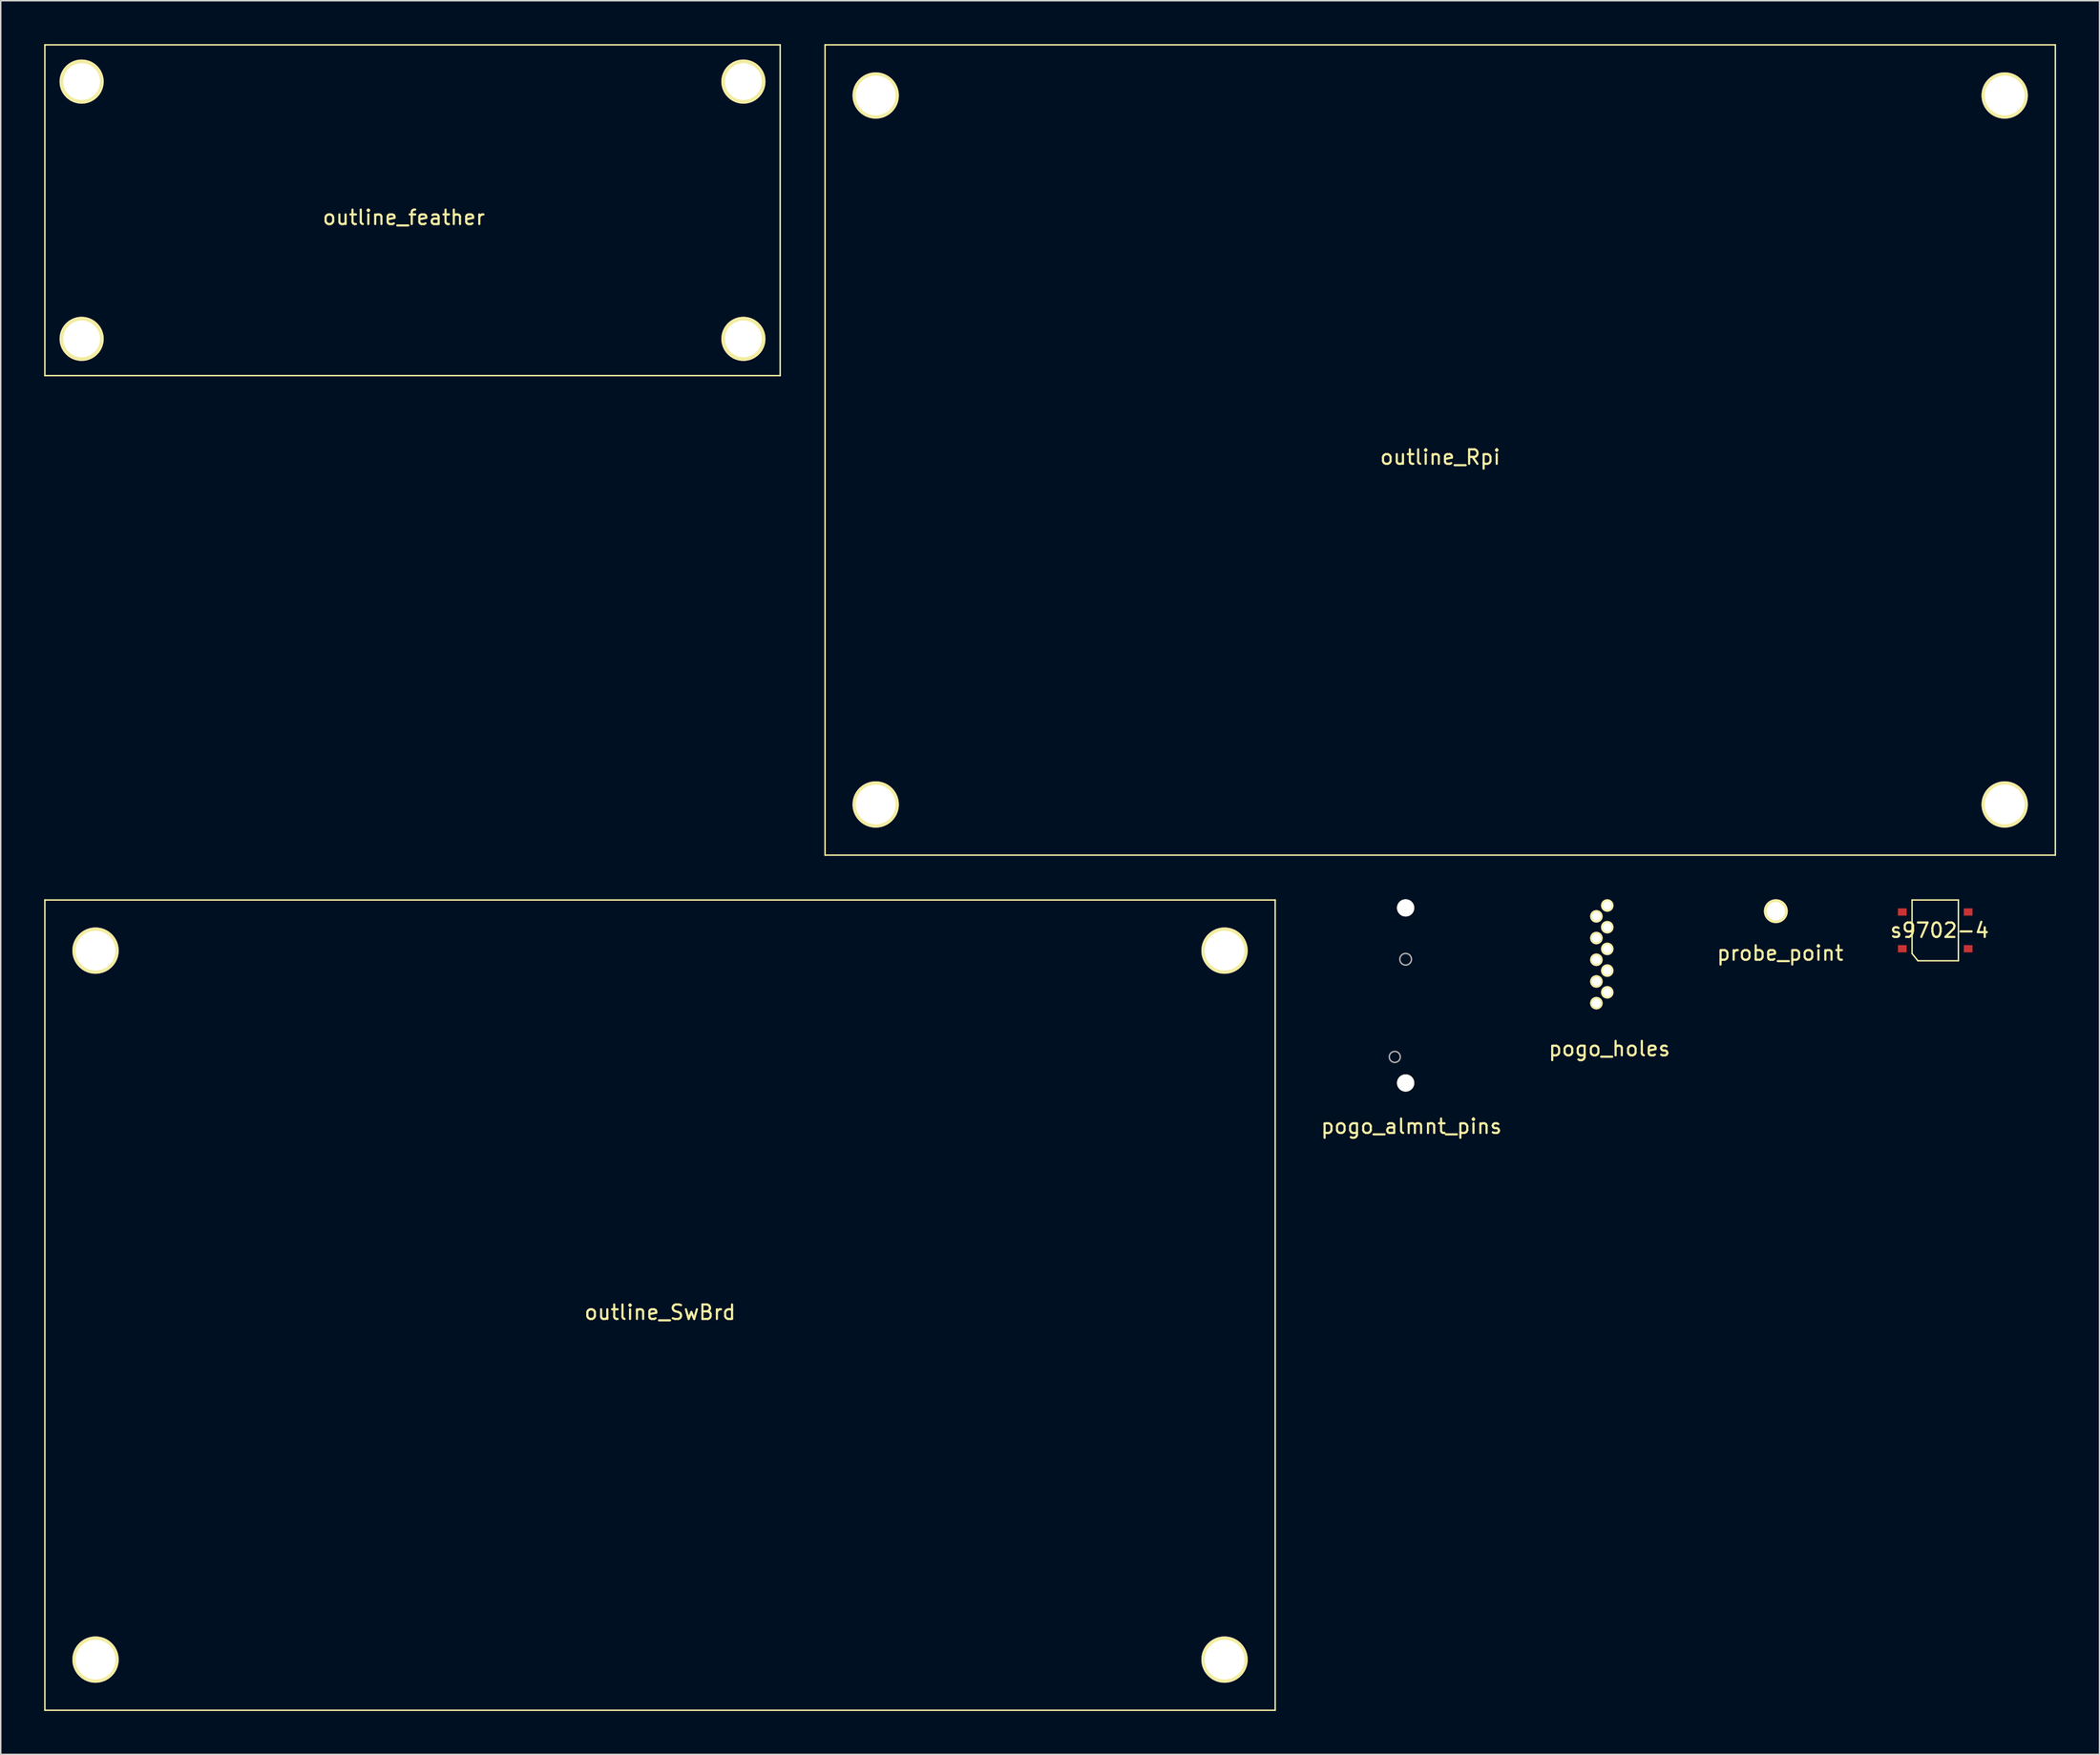
<source format=kicad_pcb>
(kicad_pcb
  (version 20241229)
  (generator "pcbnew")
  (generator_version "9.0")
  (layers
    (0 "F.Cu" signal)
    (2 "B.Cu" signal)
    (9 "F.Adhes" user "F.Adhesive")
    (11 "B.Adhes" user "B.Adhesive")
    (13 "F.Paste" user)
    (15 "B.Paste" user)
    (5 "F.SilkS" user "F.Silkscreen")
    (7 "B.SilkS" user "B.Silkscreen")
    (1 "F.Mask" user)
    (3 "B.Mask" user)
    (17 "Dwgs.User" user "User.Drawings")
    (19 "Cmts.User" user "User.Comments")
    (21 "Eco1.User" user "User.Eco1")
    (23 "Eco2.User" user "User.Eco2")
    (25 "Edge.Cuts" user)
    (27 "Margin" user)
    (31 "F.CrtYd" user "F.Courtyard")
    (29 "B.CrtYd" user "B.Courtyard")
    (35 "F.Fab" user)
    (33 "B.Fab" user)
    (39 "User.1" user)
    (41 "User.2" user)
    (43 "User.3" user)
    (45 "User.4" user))
  (footprint "outline_feather"
    (layer "F.Cu")
    (at 25.45 11.48)
    (property "Reference" "outline_feather" (at -0.6 0.5 0) (layer "F.SilkS") (effects (font (size 1 1) (thickness 0.15))))
    (attr through_hole)
    (fp_line (start -25.4 -11.43) (end 25.4 -11.43) (stroke (width 0.1) (type solid)) (layer "F.SilkS"))
    (fp_line (start -25.4 11.43) (end -25.4 -11.43) (stroke (width 0.1) (type solid)) (layer "F.SilkS"))
    (fp_line (start -22.86 -10.16) (end -22.86 -7.62) (stroke (width 0.1) (type solid)) (layer "F.SilkS"))
    (fp_line (start -22.86 7.62) (end -22.86 10.16) (stroke (width 0.1) (type solid)) (layer "F.SilkS"))
    (fp_line (start -21.59 -8.89) (end -24.13 -8.89) (stroke (width 0.1) (type solid)) (layer "F.SilkS"))
    (fp_line (start -21.59 8.89) (end -24.13 8.89) (stroke (width 0.1) (type solid)) (layer "F.SilkS"))
    (fp_line (start 22.86 -10.16) (end 22.86 -7.62) (stroke (width 0.1) (type solid)) (layer "F.SilkS"))
    (fp_line (start 22.86 7.62) (end 22.86 10.16) (stroke (width 0.1) (type solid)) (layer "F.SilkS"))
    (fp_line (start 24.13 -8.89) (end 21.59 -8.89) (stroke (width 0.1) (type solid)) (layer "F.SilkS"))
    (fp_line (start 24.13 8.89) (end 21.59 8.89) (stroke (width 0.1) (type solid)) (layer "F.SilkS"))
    (fp_line (start 25.4 -11.43) (end 25.4 11.43) (stroke (width 0.1) (type solid)) (layer "F.SilkS"))
    (fp_line (start 25.4 11.43) (end -25.4 11.43) (stroke (width 0.1) (type solid)) (layer "F.SilkS"))
    (pad "1" thru_hole circle (at -22.86 8.89) (size 3.048 3.048) (drill 2.54) (layers "*.Cu" "*.Mask" "F.SilkS"))
    (pad "2" thru_hole circle (at -22.86 -8.89) (size 3.048 3.048) (drill 2.54) (layers "*.Cu" "*.Mask" "F.SilkS"))
    (pad "3" thru_hole circle (at 22.86 -8.89) (size 3.048 3.048) (drill 2.54) (layers "*.Cu" "*.Mask" "F.SilkS"))
    (pad "4" thru_hole circle (at 22.86 8.89) (size 3.048 3.048) (drill 2.54) (layers "*.Cu" "*.Mask" "F.SilkS")))
  (footprint "probe_point"
    (layer "F.Cu")
    (at 119.639 59.925)
    (property "Reference" "probe_point" (at 0.3 2.9 0) (layer "F.SilkS") (effects (font (size 1 1) (thickness 0.15))))
    (attr through_hole)
    (pad "1" thru_hole circle (at 0 0) (size 1.651 1.651) (drill 1.27) (layers "*.Cu" "*.Mask" "F.SilkS")))
  (footprint "outline_SwBrd"
    (layer "F.Cu")
    (at 42.55 87.15)
    (property "Reference" "outline_SwBrd" (at 0 0.5 0) (layer "F.SilkS") (effects (font (size 1 1) (thickness 0.15))))
    (attr through_hole)
    (fp_line (start -42.5 -28) (end 42.5 -28) (stroke (width 0.1) (type solid)) (layer "F.SilkS"))
    (fp_line (start -42.5 28) (end -42.5 -28) (stroke (width 0.1) (type solid)) (layer "F.SilkS"))
    (fp_line (start 42.5 -28) (end 42.5 28) (stroke (width 0.1) (type solid)) (layer "F.SilkS"))
    (fp_line (start 42.5 28) (end -42.5 28) (stroke (width 0.1) (type solid)) (layer "F.SilkS"))
    (pad "1" thru_hole circle (at -39 24.5) (size 3.2 3.2) (drill 2.75) (layers "*.Cu" "*.Mask" "F.SilkS"))
    (pad "2" thru_hole circle (at -39 -24.5) (size 3.2 3.2) (drill 2.75) (layers "*.Cu" "*.Mask" "F.SilkS"))
    (pad "3" thru_hole circle (at 39 -24.5) (size 3.2 3.2) (drill 2.75) (layers "*.Cu" "*.Mask" "F.SilkS"))
    (pad "4" thru_hole circle (at 39 24.5) (size 3.2 3.2) (drill 2.75) (layers "*.Cu" "*.Mask" "F.SilkS")))
  (footprint "s9702-4"
    (layer "F.Cu")
    (at 130.651 61.25)
    (property "Reference" "s9702-4" (at 0.3 0 0) (layer "F.SilkS") (effects (font (size 1 1) (thickness 0.15))))
    (attr through_hole)
    (fp_line (start -1.6 -2.1) (end 1.6 -2.1) (stroke (width 0.1) (type solid)) (layer "F.SilkS"))
    (fp_line (start -1.6 1.6) (end -1.6 -2.1) (stroke (width 0.1) (type solid)) (layer "F.SilkS"))
    (fp_line (start -1.6 1.6) (end -1.2 2.1) (stroke (width 0.1) (type solid)) (layer "F.SilkS"))
    (fp_line (start -1.2 2.1) (end 1.6 2.1) (stroke (width 0.1) (type solid)) (layer "F.SilkS"))
    (fp_line (start 1.6 -2.1) (end 1.6 2.1) (stroke (width 0.1) (type solid)) (layer "F.SilkS"))
    (pad "1" smd rect (at -2.275 -1.27) (size 0.6 0.5) (layers "F.Cu" "F.Mask" "F.Paste"))
    (pad "2" smd rect (at -2.275 1.27) (size 0.6 0.5) (layers "F.Cu" "F.Mask" "F.Paste"))
    (pad "3" smd rect (at 2.275 1.27) (size 0.6 0.5) (layers "F.Cu" "F.Mask" "F.Paste"))
    (pad "4" smd rect (at 2.275 -1.27) (size 0.6 0.5) (layers "F.Cu" "F.Mask" "F.Paste")))
  (footprint "pogo_holes"
    (layer "F.Cu")
    (at 107.242 66.282)
    (property "Reference" "pogo_holes" (at 0.9 3.15 0) (layer "F.SilkS") (effects (font (size 1 1) (thickness 0.15))))
    (attr through_hole)
    (pad "1" thru_hole circle (at 0 0) (size 0.864 0.864) (drill 0.61) (layers "*.Cu" "*.Mask" "F.SilkS"))
    (pad "2" thru_hole circle (at 0.75 -0.75) (size 0.864 0.864) (drill 0.61) (layers "*.Cu" "*.Mask" "F.SilkS"))
    (pad "3" thru_hole circle (at 0 -1.5) (size 0.864 0.864) (drill 0.61) (layers "*.Cu" "*.Mask" "F.SilkS"))
    (pad "4" thru_hole circle (at 0.75 -2.25) (size 0.864 0.864) (drill 0.61) (layers "*.Cu" "*.Mask" "F.SilkS"))
    (pad "5" thru_hole circle (at 0 -3) (size 0.864 0.864) (drill 0.61) (layers "*.Cu" "*.Mask" "F.SilkS"))
    (pad "6" thru_hole circle (at 0.75 -3.75) (size 0.864 0.864) (drill 0.61) (layers "*.Cu" "*.Mask" "F.SilkS"))
    (pad "7" thru_hole circle (at 0 -4.5) (size 0.864 0.864) (drill 0.61) (layers "*.Cu" "*.Mask" "F.SilkS"))
    (pad "8" thru_hole circle (at 0.75 -5.25) (size 0.864 0.864) (drill 0.61) (layers "*.Cu" "*.Mask" "F.SilkS"))
    (pad "9" thru_hole circle (at 0 -6) (size 0.864 0.864) (drill 0.61) (layers "*.Cu" "*.Mask" "F.SilkS"))
    (pad "10" thru_hole circle (at 0.75 -6.75) (size 0.864 0.864) (drill 0.61) (layers "*.Cu" "*.Mask" "F.SilkS")))
  (footprint "pogo_almnt_pins"
    (layer "F.Cu")
    (at 93.313 69.997)
    (property "Reference" "pogo_almnt_pins" (at 1.15 4.8 0) (layer "F.SilkS") (effects (font (size 1 1) (thickness 0.15))))
    (attr through_hole)
    (fp_circle (center 0 0) (end 0.381 0) (stroke (width 0.1) (type solid)) (fill no) (layer "F.Fab"))
    (fp_circle (center 0.75 -6.75) (end 1.15 -6.7) (stroke (width 0.1) (type solid)) (fill no) (layer "F.Fab"))
    (pad "" np_thru_hole circle (at 0.75 -10.3) (size 1.194 1.194) (drill 1.194) (layers "*.Cu" "*.Mask" "F.SilkS"))
    (pad "" np_thru_hole circle (at 0.75 1.8) (size 1.194 1.194) (drill 1.194) (layers "*.Cu" "*.Mask" "F.SilkS")))
  (footprint "outline_Rpi"
    (layer "F.Cu")
    (at 96.45 28.05)
    (property "Reference" "outline_Rpi" (at 0 0.5 0) (layer "F.SilkS") (effects (font (size 1 1) (thickness 0.15))))
    (attr through_hole)
    (fp_line (start -42.5 -28) (end 42.5 -28) (stroke (width 0.1) (type solid)) (layer "F.SilkS"))
    (fp_line (start -42.5 28) (end -42.5 -28) (stroke (width 0.1) (type solid)) (layer "F.SilkS"))
    (fp_line (start 42.5 -28) (end 42.5 28) (stroke (width 0.1) (type solid)) (layer "F.SilkS"))
    (fp_line (start 42.5 28) (end -42.5 28) (stroke (width 0.1) (type solid)) (layer "F.SilkS"))
    (pad "1" thru_hole circle (at -39 24.5) (size 3.2 3.2) (drill 2.75) (layers "*.Cu" "*.Mask" "F.SilkS"))
    (pad "2" thru_hole circle (at -39 -24.5) (size 3.2 3.2) (drill 2.75) (layers "*.Cu" "*.Mask" "F.SilkS"))
    (pad "3" thru_hole circle (at 39 -24.5) (size 3.2 3.2) (drill 2.75) (layers "*.Cu" "*.Mask" "F.SilkS"))
    (pad "4" thru_hole circle (at 39 24.5) (size 3.2 3.2) (drill 2.75) (layers "*.Cu" "*.Mask" "F.SilkS")))
  (gr_rect
    (start -3 -3)
    (end 142 118.2)
    (stroke (width 0.1) (type default))
    (fill no)
    (layer "Edge.Cuts")))
</source>
